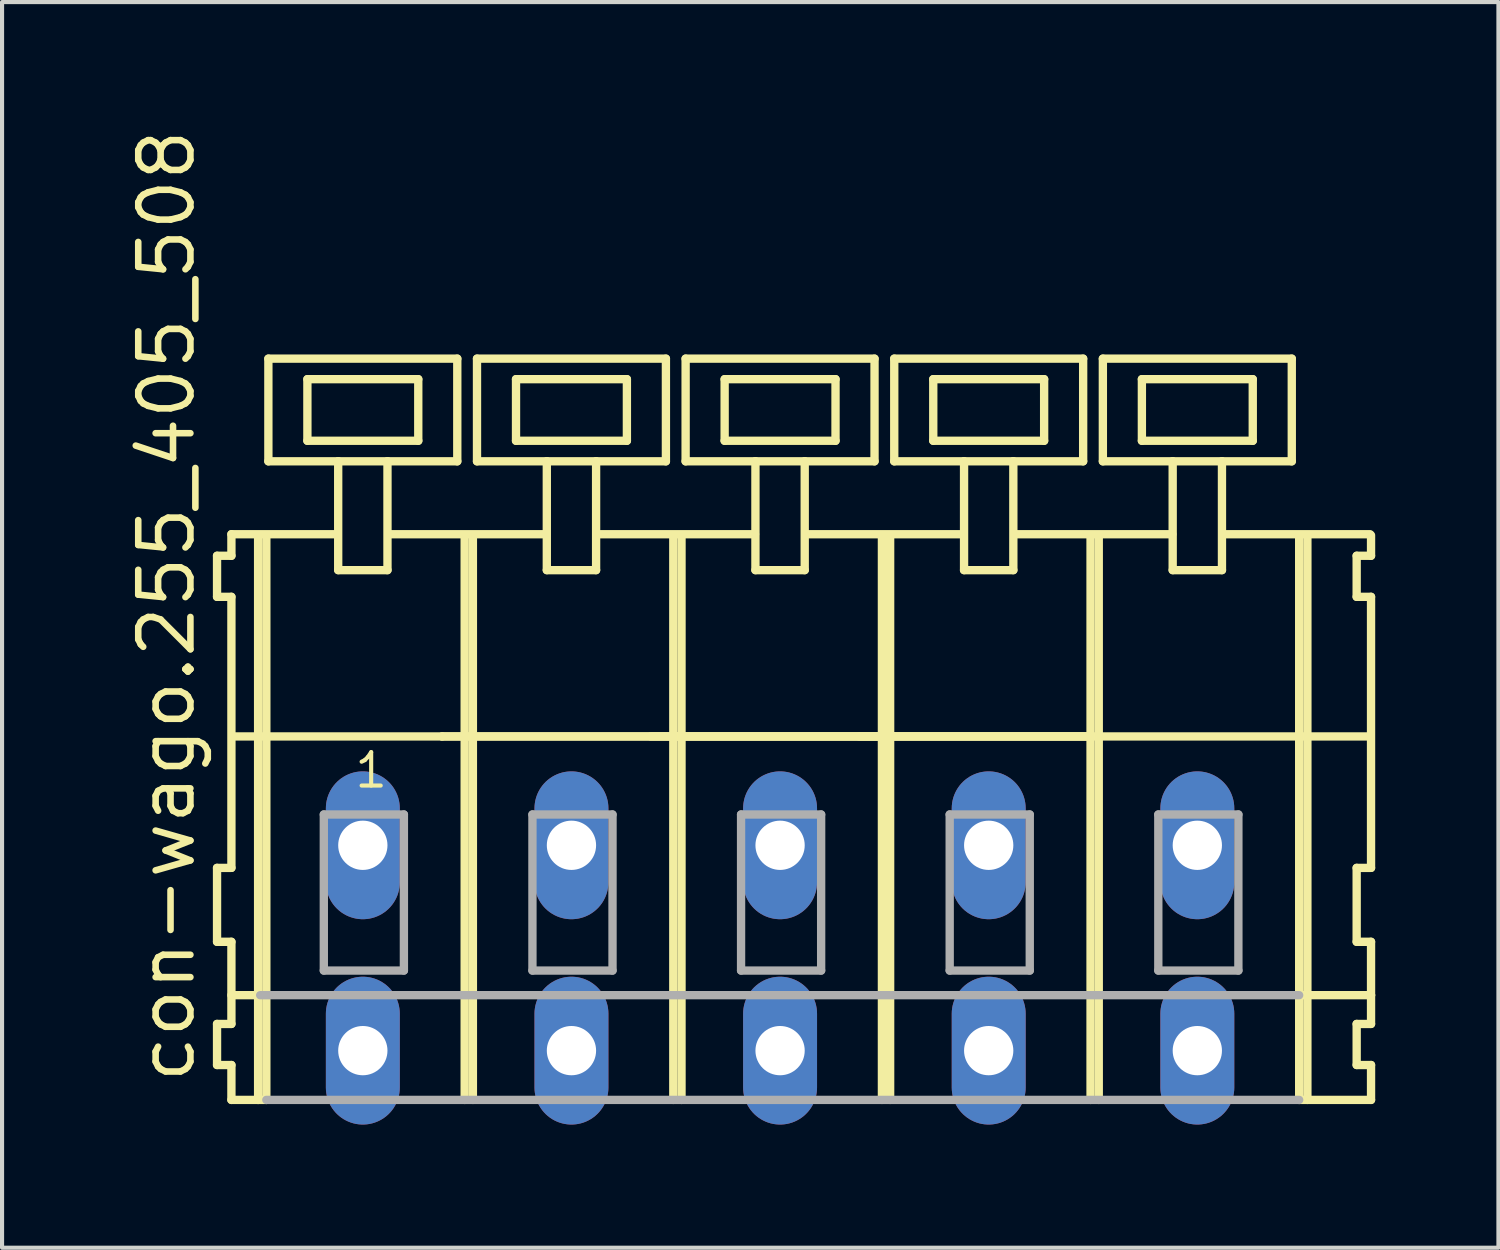
<source format=kicad_pcb>
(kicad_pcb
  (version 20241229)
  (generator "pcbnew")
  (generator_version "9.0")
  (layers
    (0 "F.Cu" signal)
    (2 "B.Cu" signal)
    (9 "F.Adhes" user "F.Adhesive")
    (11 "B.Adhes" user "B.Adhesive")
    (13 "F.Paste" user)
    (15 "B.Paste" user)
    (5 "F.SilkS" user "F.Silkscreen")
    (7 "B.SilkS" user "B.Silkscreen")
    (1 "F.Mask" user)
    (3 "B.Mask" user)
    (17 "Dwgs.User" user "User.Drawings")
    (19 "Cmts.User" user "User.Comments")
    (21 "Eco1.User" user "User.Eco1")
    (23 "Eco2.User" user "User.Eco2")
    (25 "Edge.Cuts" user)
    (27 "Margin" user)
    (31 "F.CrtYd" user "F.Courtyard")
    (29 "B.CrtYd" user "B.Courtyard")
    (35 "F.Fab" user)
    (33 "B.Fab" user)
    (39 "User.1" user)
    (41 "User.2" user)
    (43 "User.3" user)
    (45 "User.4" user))
  (footprint "con-wago.255_405_508"
    (layer "F.Cu")
    (at 13.405 17.533)
    (property "Reference" "con-wago.255_405_508" (at -11.655 5.855 90) (layer "F.SilkS") (effects (font (size 1.27 1.27) (thickness 0.16)) (justify left bottom)))
    (attr through_hole)
    (fp_line (start -11.17 -7.05) (end -11.17 -6.05) (stroke (width 0.203) (type default)) (layer "F.SilkS"))
    (fp_line (start -11.17 -6.05) (end -10.82 -6.05) (stroke (width 0.203) (type default)) (layer "F.SilkS"))
    (fp_line (start -11.17 0.55) (end -11.17 2.35) (stroke (width 0.203) (type default)) (layer "F.SilkS"))
    (fp_line (start -11.17 2.35) (end -10.82 2.35) (stroke (width 0.203) (type default)) (layer "F.SilkS"))
    (fp_line (start -11.17 4.35) (end -11.17 5.35) (stroke (width 0.203) (type default)) (layer "F.SilkS"))
    (fp_line (start -11.17 5.35) (end -10.82 5.35) (stroke (width 0.203) (type default)) (layer "F.SilkS"))
    (fp_line (start -10.82 -7.575) (end -10.82 -7.05) (stroke (width 0.203) (type default)) (layer "F.SilkS"))
    (fp_line (start -10.82 -7.575) (end -8.245 -7.575) (stroke (width 0.203) (type default)) (layer "F.SilkS"))
    (fp_line (start -10.82 -7.05) (end -11.17 -7.05) (stroke (width 0.203) (type default)) (layer "F.SilkS"))
    (fp_line (start -10.82 -6.05) (end -10.82 0.55) (stroke (width 0.203) (type default)) (layer "F.SilkS"))
    (fp_line (start -10.82 0.55) (end -11.17 0.55) (stroke (width 0.203) (type default)) (layer "F.SilkS"))
    (fp_line (start -10.82 2.35) (end -10.82 4.35) (stroke (width 0.203) (type default)) (layer "F.SilkS"))
    (fp_line (start -10.82 3.65) (end -10.12 3.65) (stroke (width 0.203) (type default)) (layer "F.SilkS"))
    (fp_line (start -10.82 4.35) (end -11.17 4.35) (stroke (width 0.203) (type default)) (layer "F.SilkS"))
    (fp_line (start -10.82 5.35) (end -10.82 6.2) (stroke (width 0.203) (type default)) (layer "F.SilkS"))
    (fp_line (start -10.82 6.2) (end -10.17 6.2) (stroke (width 0.203) (type default)) (layer "F.SilkS"))
    (fp_line (start -10.77 -2.65) (end -5.69 -2.65) (stroke (width 0.203) (type default)) (layer "F.SilkS"))
    (fp_line (start -10.17 -7.55) (end -10.17 6.2) (stroke (width 0.203) (type default)) (layer "F.SilkS"))
    (fp_line (start -10.17 6.2) (end -9.97 6.2) (stroke (width 0.203) (type default)) (layer "F.SilkS"))
    (fp_line (start -9.97 -7.55) (end -9.97 6.2) (stroke (width 0.203) (type default)) (layer "F.SilkS"))
    (fp_line (start -9.92 -11.85) (end -9.92 -9.35) (stroke (width 0.203) (type default)) (layer "F.SilkS"))
    (fp_line (start -9.92 -9.35) (end -8.22 -9.35) (stroke (width 0.203) (type default)) (layer "F.SilkS"))
    (fp_line (start -8.97 -11.35) (end -8.97 -9.85) (stroke (width 0.203) (type default)) (layer "F.SilkS"))
    (fp_line (start -8.97 -9.85) (end -6.27 -9.85) (stroke (width 0.203) (type default)) (layer "F.SilkS"))
    (fp_line (start -8.22 -9.35) (end -8.22 -6.7) (stroke (width 0.203) (type default)) (layer "F.SilkS"))
    (fp_line (start -8.22 -9.35) (end -7.02 -9.35) (stroke (width 0.203) (type default)) (layer "F.SilkS"))
    (fp_line (start -8.22 -6.7) (end -7.02 -6.7) (stroke (width 0.203) (type default)) (layer "F.SilkS"))
    (fp_line (start -7.02 -9.35) (end -5.32 -9.35) (stroke (width 0.203) (type default)) (layer "F.SilkS"))
    (fp_line (start -7.02 -6.7) (end -7.02 -9.35) (stroke (width 0.203) (type default)) (layer "F.SilkS"))
    (fp_line (start -6.995 -7.575) (end -3.161 -7.575) (stroke (width 0.203) (type default)) (layer "F.SilkS"))
    (fp_line (start -6.27 -11.35) (end -8.97 -11.35) (stroke (width 0.203) (type default)) (layer "F.SilkS"))
    (fp_line (start -6.27 -9.85) (end -6.27 -11.35) (stroke (width 0.203) (type default)) (layer "F.SilkS"))
    (fp_line (start -5.69 -2.65) (end -5.14 -2.65) (stroke (width 0.203) (type default)) (layer "F.SilkS"))
    (fp_line (start -5.69 -2.65) (end -0.06 -2.65) (stroke (width 0.203) (type default)) (layer "F.SilkS"))
    (fp_line (start -5.32 -11.85) (end -9.92 -11.85) (stroke (width 0.203) (type default)) (layer "F.SilkS"))
    (fp_line (start -5.32 -9.35) (end -5.32 -11.85) (stroke (width 0.203) (type default)) (layer "F.SilkS"))
    (fp_line (start -5.14 -7.55) (end -5.14 -2.65) (stroke (width 0.203) (type default)) (layer "F.SilkS"))
    (fp_line (start -5.14 -2.65) (end -5.14 6.2) (stroke (width 0.203) (type default)) (layer "F.SilkS"))
    (fp_line (start -5.14 -2.65) (end -0.06 -2.65) (stroke (width 0.203) (type default)) (layer "F.SilkS"))
    (fp_line (start -4.94 -7.55) (end -4.94 6.2) (stroke (width 0.203) (type default)) (layer "F.SilkS"))
    (fp_line (start -4.84 -11.85) (end -4.84 -9.35) (stroke (width 0.203) (type default)) (layer "F.SilkS"))
    (fp_line (start -4.84 -9.35) (end -3.14 -9.35) (stroke (width 0.203) (type default)) (layer "F.SilkS"))
    (fp_line (start -3.89 -11.35) (end -3.89 -9.85) (stroke (width 0.203) (type default)) (layer "F.SilkS"))
    (fp_line (start -3.89 -9.85) (end -1.19 -9.85) (stroke (width 0.203) (type default)) (layer "F.SilkS"))
    (fp_line (start -3.14 -9.35) (end -3.14 -6.7) (stroke (width 0.203) (type default)) (layer "F.SilkS"))
    (fp_line (start -3.14 -9.35) (end -1.94 -9.35) (stroke (width 0.203) (type default)) (layer "F.SilkS"))
    (fp_line (start -3.14 -6.7) (end -1.94 -6.7) (stroke (width 0.203) (type default)) (layer "F.SilkS"))
    (fp_line (start -1.94 -9.35) (end -0.24 -9.35) (stroke (width 0.203) (type default)) (layer "F.SilkS"))
    (fp_line (start -1.94 -6.7) (end -1.94 -9.35) (stroke (width 0.203) (type default)) (layer "F.SilkS"))
    (fp_line (start -1.915 -7.575) (end 1.93 -7.575) (stroke (width 0.203) (type default)) (layer "F.SilkS"))
    (fp_line (start -1.19 -11.35) (end -3.89 -11.35) (stroke (width 0.203) (type default)) (layer "F.SilkS"))
    (fp_line (start -1.19 -9.85) (end -1.19 -11.35) (stroke (width 0.203) (type default)) (layer "F.SilkS"))
    (fp_line (start -0.61 -2.65) (end 5.02 -2.65) (stroke (width 0.203) (type default)) (layer "F.SilkS"))
    (fp_line (start -0.24 -11.85) (end -4.84 -11.85) (stroke (width 0.203) (type default)) (layer "F.SilkS"))
    (fp_line (start -0.24 -9.35) (end -0.24 -11.85) (stroke (width 0.203) (type default)) (layer "F.SilkS"))
    (fp_line (start -0.06 -7.55) (end -0.06 -2.65) (stroke (width 0.203) (type default)) (layer "F.SilkS"))
    (fp_line (start -0.06 -2.65) (end -0.06 6.2) (stroke (width 0.203) (type default)) (layer "F.SilkS"))
    (fp_line (start -0.06 -2.65) (end 5.02 -2.65) (stroke (width 0.203) (type default)) (layer "F.SilkS"))
    (fp_line (start -0.06 -2.65) (end 15.18 -2.65) (stroke (width 0.203) (type default)) (layer "F.SilkS"))
    (fp_line (start 0.14 -7.55) (end 0.14 6.2) (stroke (width 0.203) (type default)) (layer "F.SilkS"))
    (fp_line (start 0.24 -11.85) (end 0.24 -9.35) (stroke (width 0.203) (type default)) (layer "F.SilkS"))
    (fp_line (start 0.24 -9.35) (end 1.94 -9.35) (stroke (width 0.203) (type default)) (layer "F.SilkS"))
    (fp_line (start 1.19 -11.35) (end 1.19 -9.85) (stroke (width 0.203) (type default)) (layer "F.SilkS"))
    (fp_line (start 1.19 -9.85) (end 3.89 -9.85) (stroke (width 0.203) (type default)) (layer "F.SilkS"))
    (fp_line (start 1.94 -9.35) (end 1.94 -6.7) (stroke (width 0.203) (type default)) (layer "F.SilkS"))
    (fp_line (start 1.94 -9.35) (end 3.14 -9.35) (stroke (width 0.203) (type default)) (layer "F.SilkS"))
    (fp_line (start 1.94 -6.7) (end 3.14 -6.7) (stroke (width 0.203) (type default)) (layer "F.SilkS"))
    (fp_line (start 3.14 -9.35) (end 4.84 -9.35) (stroke (width 0.203) (type default)) (layer "F.SilkS"))
    (fp_line (start 3.14 -6.7) (end 3.14 -9.35) (stroke (width 0.203) (type default)) (layer "F.SilkS"))
    (fp_line (start 3.165 -7.575) (end 7.01 -7.575) (stroke (width 0.203) (type default)) (layer "F.SilkS"))
    (fp_line (start 3.89 -11.35) (end 1.19 -11.35) (stroke (width 0.203) (type default)) (layer "F.SilkS"))
    (fp_line (start 3.89 -9.85) (end 3.89 -11.35) (stroke (width 0.203) (type default)) (layer "F.SilkS"))
    (fp_line (start 4.47 -2.65) (end 10.1 -2.65) (stroke (width 0.203) (type default)) (layer "F.SilkS"))
    (fp_line (start 4.84 -11.85) (end 0.24 -11.85) (stroke (width 0.203) (type default)) (layer "F.SilkS"))
    (fp_line (start 4.84 -9.35) (end 4.84 -11.85) (stroke (width 0.203) (type default)) (layer "F.SilkS"))
    (fp_line (start 5.02 -7.55) (end 5.02 -2.65) (stroke (width 0.203) (type default)) (layer "F.SilkS"))
    (fp_line (start 5.02 -2.65) (end 5.02 6.2) (stroke (width 0.203) (type default)) (layer "F.SilkS"))
    (fp_line (start 5.02 -2.65) (end 10.1 -2.65) (stroke (width 0.203) (type default)) (layer "F.SilkS"))
    (fp_line (start 5.22 -7.55) (end 5.22 6.2) (stroke (width 0.203) (type default)) (layer "F.SilkS"))
    (fp_line (start 5.32 -11.85) (end 5.32 -9.35) (stroke (width 0.203) (type default)) (layer "F.SilkS"))
    (fp_line (start 5.32 -9.35) (end 7.02 -9.35) (stroke (width 0.203) (type default)) (layer "F.SilkS"))
    (fp_line (start 6.27 -11.35) (end 6.27 -9.85) (stroke (width 0.203) (type default)) (layer "F.SilkS"))
    (fp_line (start 6.27 -9.85) (end 8.97 -9.85) (stroke (width 0.203) (type default)) (layer "F.SilkS"))
    (fp_line (start 7.02 -9.35) (end 7.02 -6.7) (stroke (width 0.203) (type default)) (layer "F.SilkS"))
    (fp_line (start 7.02 -9.35) (end 8.22 -9.35) (stroke (width 0.203) (type default)) (layer "F.SilkS"))
    (fp_line (start 7.02 -6.7) (end 8.22 -6.7) (stroke (width 0.203) (type default)) (layer "F.SilkS"))
    (fp_line (start 8.22 -9.35) (end 9.92 -9.35) (stroke (width 0.203) (type default)) (layer "F.SilkS"))
    (fp_line (start 8.22 -6.7) (end 8.22 -9.35) (stroke (width 0.203) (type default)) (layer "F.SilkS"))
    (fp_line (start 8.245 -7.575) (end 12.09 -7.575) (stroke (width 0.203) (type default)) (layer "F.SilkS"))
    (fp_line (start 8.97 -11.35) (end 6.27 -11.35) (stroke (width 0.203) (type default)) (layer "F.SilkS"))
    (fp_line (start 8.97 -9.85) (end 8.97 -11.35) (stroke (width 0.203) (type default)) (layer "F.SilkS"))
    (fp_line (start 9.92 -11.85) (end 5.32 -11.85) (stroke (width 0.203) (type default)) (layer "F.SilkS"))
    (fp_line (start 9.92 -9.35) (end 9.92 -11.85) (stroke (width 0.203) (type default)) (layer "F.SilkS"))
    (fp_line (start 10.1 -7.55) (end 10.1 -2.65) (stroke (width 0.203) (type default)) (layer "F.SilkS"))
    (fp_line (start 10.1 -2.65) (end 10.1 6.2) (stroke (width 0.203) (type default)) (layer "F.SilkS"))
    (fp_line (start 10.3 -7.55) (end 10.3 6.2) (stroke (width 0.203) (type default)) (layer "F.SilkS"))
    (fp_line (start 10.4 -11.85) (end 10.4 -9.35) (stroke (width 0.203) (type default)) (layer "F.SilkS"))
    (fp_line (start 10.4 -9.35) (end 12.1 -9.35) (stroke (width 0.203) (type default)) (layer "F.SilkS"))
    (fp_line (start 11.35 -11.35) (end 11.35 -9.85) (stroke (width 0.203) (type default)) (layer "F.SilkS"))
    (fp_line (start 11.35 -9.85) (end 14.05 -9.85) (stroke (width 0.203) (type default)) (layer "F.SilkS"))
    (fp_line (start 12.1 -9.35) (end 12.1 -6.7) (stroke (width 0.203) (type default)) (layer "F.SilkS"))
    (fp_line (start 12.1 -9.35) (end 13.3 -9.35) (stroke (width 0.203) (type default)) (layer "F.SilkS"))
    (fp_line (start 12.1 -6.7) (end 13.3 -6.7) (stroke (width 0.203) (type default)) (layer "F.SilkS"))
    (fp_line (start 13.3 -9.35) (end 15 -9.35) (stroke (width 0.203) (type default)) (layer "F.SilkS"))
    (fp_line (start 13.3 -6.7) (end 13.3 -9.35) (stroke (width 0.203) (type default)) (layer "F.SilkS"))
    (fp_line (start 13.31 -7.575) (end 16.905 -7.575) (stroke (width 0.203) (type default)) (layer "F.SilkS"))
    (fp_line (start 14.05 -11.35) (end 11.35 -11.35) (stroke (width 0.203) (type default)) (layer "F.SilkS"))
    (fp_line (start 14.05 -9.85) (end 14.05 -11.35) (stroke (width 0.203) (type default)) (layer "F.SilkS"))
    (fp_line (start 15 -11.85) (end 10.4 -11.85) (stroke (width 0.203) (type default)) (layer "F.SilkS"))
    (fp_line (start 15 -9.35) (end 15 -11.85) (stroke (width 0.203) (type default)) (layer "F.SilkS"))
    (fp_line (start 15.18 -7.55) (end 15.18 -2.65) (stroke (width 0.203) (type default)) (layer "F.SilkS"))
    (fp_line (start 15.18 -2.65) (end 15.18 6.2) (stroke (width 0.203) (type default)) (layer "F.SilkS"))
    (fp_line (start 15.18 -2.65) (end 16.88 -2.65) (stroke (width 0.203) (type default)) (layer "F.SilkS"))
    (fp_line (start 15.18 6.2) (end 16.93 6.2) (stroke (width 0.203) (type default)) (layer "F.SilkS"))
    (fp_line (start 15.23 3.65) (end 16.93 3.65) (stroke (width 0.203) (type default)) (layer "F.SilkS"))
    (fp_line (start 15.38 -7.55) (end 15.38 6.2) (stroke (width 0.203) (type default)) (layer "F.SilkS"))
    (fp_line (start 16.58 -7.05) (end 16.58 -6.05) (stroke (width 0.203) (type default)) (layer "F.SilkS"))
    (fp_line (start 16.58 -6.05) (end 16.93 -6.05) (stroke (width 0.203) (type default)) (layer "F.SilkS"))
    (fp_line (start 16.58 0.55) (end 16.58 2.35) (stroke (width 0.203) (type default)) (layer "F.SilkS"))
    (fp_line (start 16.58 2.35) (end 16.93 2.35) (stroke (width 0.203) (type default)) (layer "F.SilkS"))
    (fp_line (start 16.58 4.35) (end 16.58 5.35) (stroke (width 0.203) (type default)) (layer "F.SilkS"))
    (fp_line (start 16.58 5.35) (end 16.93 5.35) (stroke (width 0.203) (type default)) (layer "F.SilkS"))
    (fp_line (start 16.93 -7.05) (end 16.58 -7.05) (stroke (width 0.203) (type default)) (layer "F.SilkS"))
    (fp_line (start 16.93 -7.05) (end 16.93 -7.55) (stroke (width 0.203) (type default)) (layer "F.SilkS"))
    (fp_line (start 16.93 0.55) (end 16.58 0.55) (stroke (width 0.203) (type default)) (layer "F.SilkS"))
    (fp_line (start 16.93 0.55) (end 16.93 -6.05) (stroke (width 0.203) (type default)) (layer "F.SilkS"))
    (fp_line (start 16.93 3.65) (end 16.93 2.35) (stroke (width 0.203) (type default)) (layer "F.SilkS"))
    (fp_line (start 16.93 4.35) (end 16.58 4.35) (stroke (width 0.203) (type default)) (layer "F.SilkS"))
    (fp_line (start 16.93 4.35) (end 16.93 3.65) (stroke (width 0.203) (type default)) (layer "F.SilkS"))
    (fp_line (start 16.93 6.2) (end 16.93 5.35) (stroke (width 0.203) (type default)) (layer "F.SilkS"))
    (fp_line (start -10.12 3.65) (end 15.18 3.65) (stroke (width 0.203) (type default)) (layer "F.Fab"))
    (fp_line (start -9.97 6.2) (end 15.18 6.2) (stroke (width 0.203) (type default)) (layer "F.Fab"))
    (fp_line (start -8.57 -0.75) (end -8.57 3.05) (stroke (width 0.203) (type default)) (layer "F.Fab"))
    (fp_line (start -8.57 3.05) (end -6.62 3.05) (stroke (width 0.203) (type default)) (layer "F.Fab"))
    (fp_line (start -6.62 -0.75) (end -8.57 -0.75) (stroke (width 0.203) (type default)) (layer "F.Fab"))
    (fp_line (start -6.62 3.05) (end -6.62 -0.75) (stroke (width 0.203) (type default)) (layer "F.Fab"))
    (fp_line (start -3.49 -0.75) (end -3.49 3.05) (stroke (width 0.203) (type default)) (layer "F.Fab"))
    (fp_line (start -3.49 3.05) (end -1.54 3.05) (stroke (width 0.203) (type default)) (layer "F.Fab"))
    (fp_line (start -1.54 -0.75) (end -3.49 -0.75) (stroke (width 0.203) (type default)) (layer "F.Fab"))
    (fp_line (start -1.54 3.05) (end -1.54 -0.75) (stroke (width 0.203) (type default)) (layer "F.Fab"))
    (fp_line (start 1.59 -0.75) (end 1.59 3.05) (stroke (width 0.203) (type default)) (layer "F.Fab"))
    (fp_line (start 1.59 3.05) (end 3.54 3.05) (stroke (width 0.203) (type default)) (layer "F.Fab"))
    (fp_line (start 3.54 -0.75) (end 1.59 -0.75) (stroke (width 0.203) (type default)) (layer "F.Fab"))
    (fp_line (start 3.54 3.05) (end 3.54 -0.75) (stroke (width 0.203) (type default)) (layer "F.Fab"))
    (fp_line (start 6.67 -0.75) (end 6.67 3.05) (stroke (width 0.203) (type default)) (layer "F.Fab"))
    (fp_line (start 6.67 3.05) (end 8.62 3.05) (stroke (width 0.203) (type default)) (layer "F.Fab"))
    (fp_line (start 8.62 -0.75) (end 6.67 -0.75) (stroke (width 0.203) (type default)) (layer "F.Fab"))
    (fp_line (start 8.62 3.05) (end 8.62 -0.75) (stroke (width 0.203) (type default)) (layer "F.Fab"))
    (fp_line (start 11.75 -0.75) (end 11.75 3.05) (stroke (width 0.203) (type default)) (layer "F.Fab"))
    (fp_line (start 11.75 3.05) (end 13.7 3.05) (stroke (width 0.203) (type default)) (layer "F.Fab"))
    (fp_line (start 13.7 -0.75) (end 11.75 -0.75) (stroke (width 0.203) (type default)) (layer "F.Fab"))
    (fp_line (start 13.7 3.05) (end 13.7 -0.75) (stroke (width 0.203) (type default)) (layer "F.Fab"))
    (fp_text user "1" (at -7.87 -1.35 0) (layer "F.SilkS") (effects (font (size 0.813 0.813) (thickness 0.1)) (justify left bottom)))
    (pad "A1" thru_hole oval (at -7.62 0 90) (size 3.6 1.8) (drill 1.2) (layers "*.Cu" "*.Mask"))
    (pad "A2" thru_hole oval (at -2.54 0 90) (size 3.6 1.8) (drill 1.2) (layers "*.Cu" "*.Mask"))
    (pad "A3" thru_hole oval (at 2.54 0 90) (size 3.6 1.8) (drill 1.2) (layers "*.Cu" "*.Mask"))
    (pad "A4" thru_hole oval (at 7.62 0 90) (size 3.6 1.8) (drill 1.2) (layers "*.Cu" "*.Mask"))
    (pad "A5" thru_hole oval (at 12.7 0 90) (size 3.6 1.8) (drill 1.2) (layers "*.Cu" "*.Mask"))
    (pad "B1" thru_hole oval (at -7.62 5 90) (size 3.6 1.8) (drill 1.2) (layers "*.Cu" "*.Mask"))
    (pad "B2" thru_hole oval (at -2.54 5 90) (size 3.6 1.8) (drill 1.2) (layers "*.Cu" "*.Mask"))
    (pad "B3" thru_hole oval (at 2.54 5 90) (size 3.6 1.8) (drill 1.2) (layers "*.Cu" "*.Mask"))
    (pad "B4" thru_hole oval (at 7.62 5 90) (size 3.6 1.8) (drill 1.2) (layers "*.Cu" "*.Mask"))
    (pad "B5" thru_hole oval (at 12.7 5 90) (size 3.6 1.8) (drill 1.2) (layers "*.Cu" "*.Mask")))
  (gr_rect
    (start -3 -3)
    (end 33.437 27.333)
    (stroke (width 0.1) (type default))
    (fill no)
    (layer "Edge.Cuts")))
</source>
